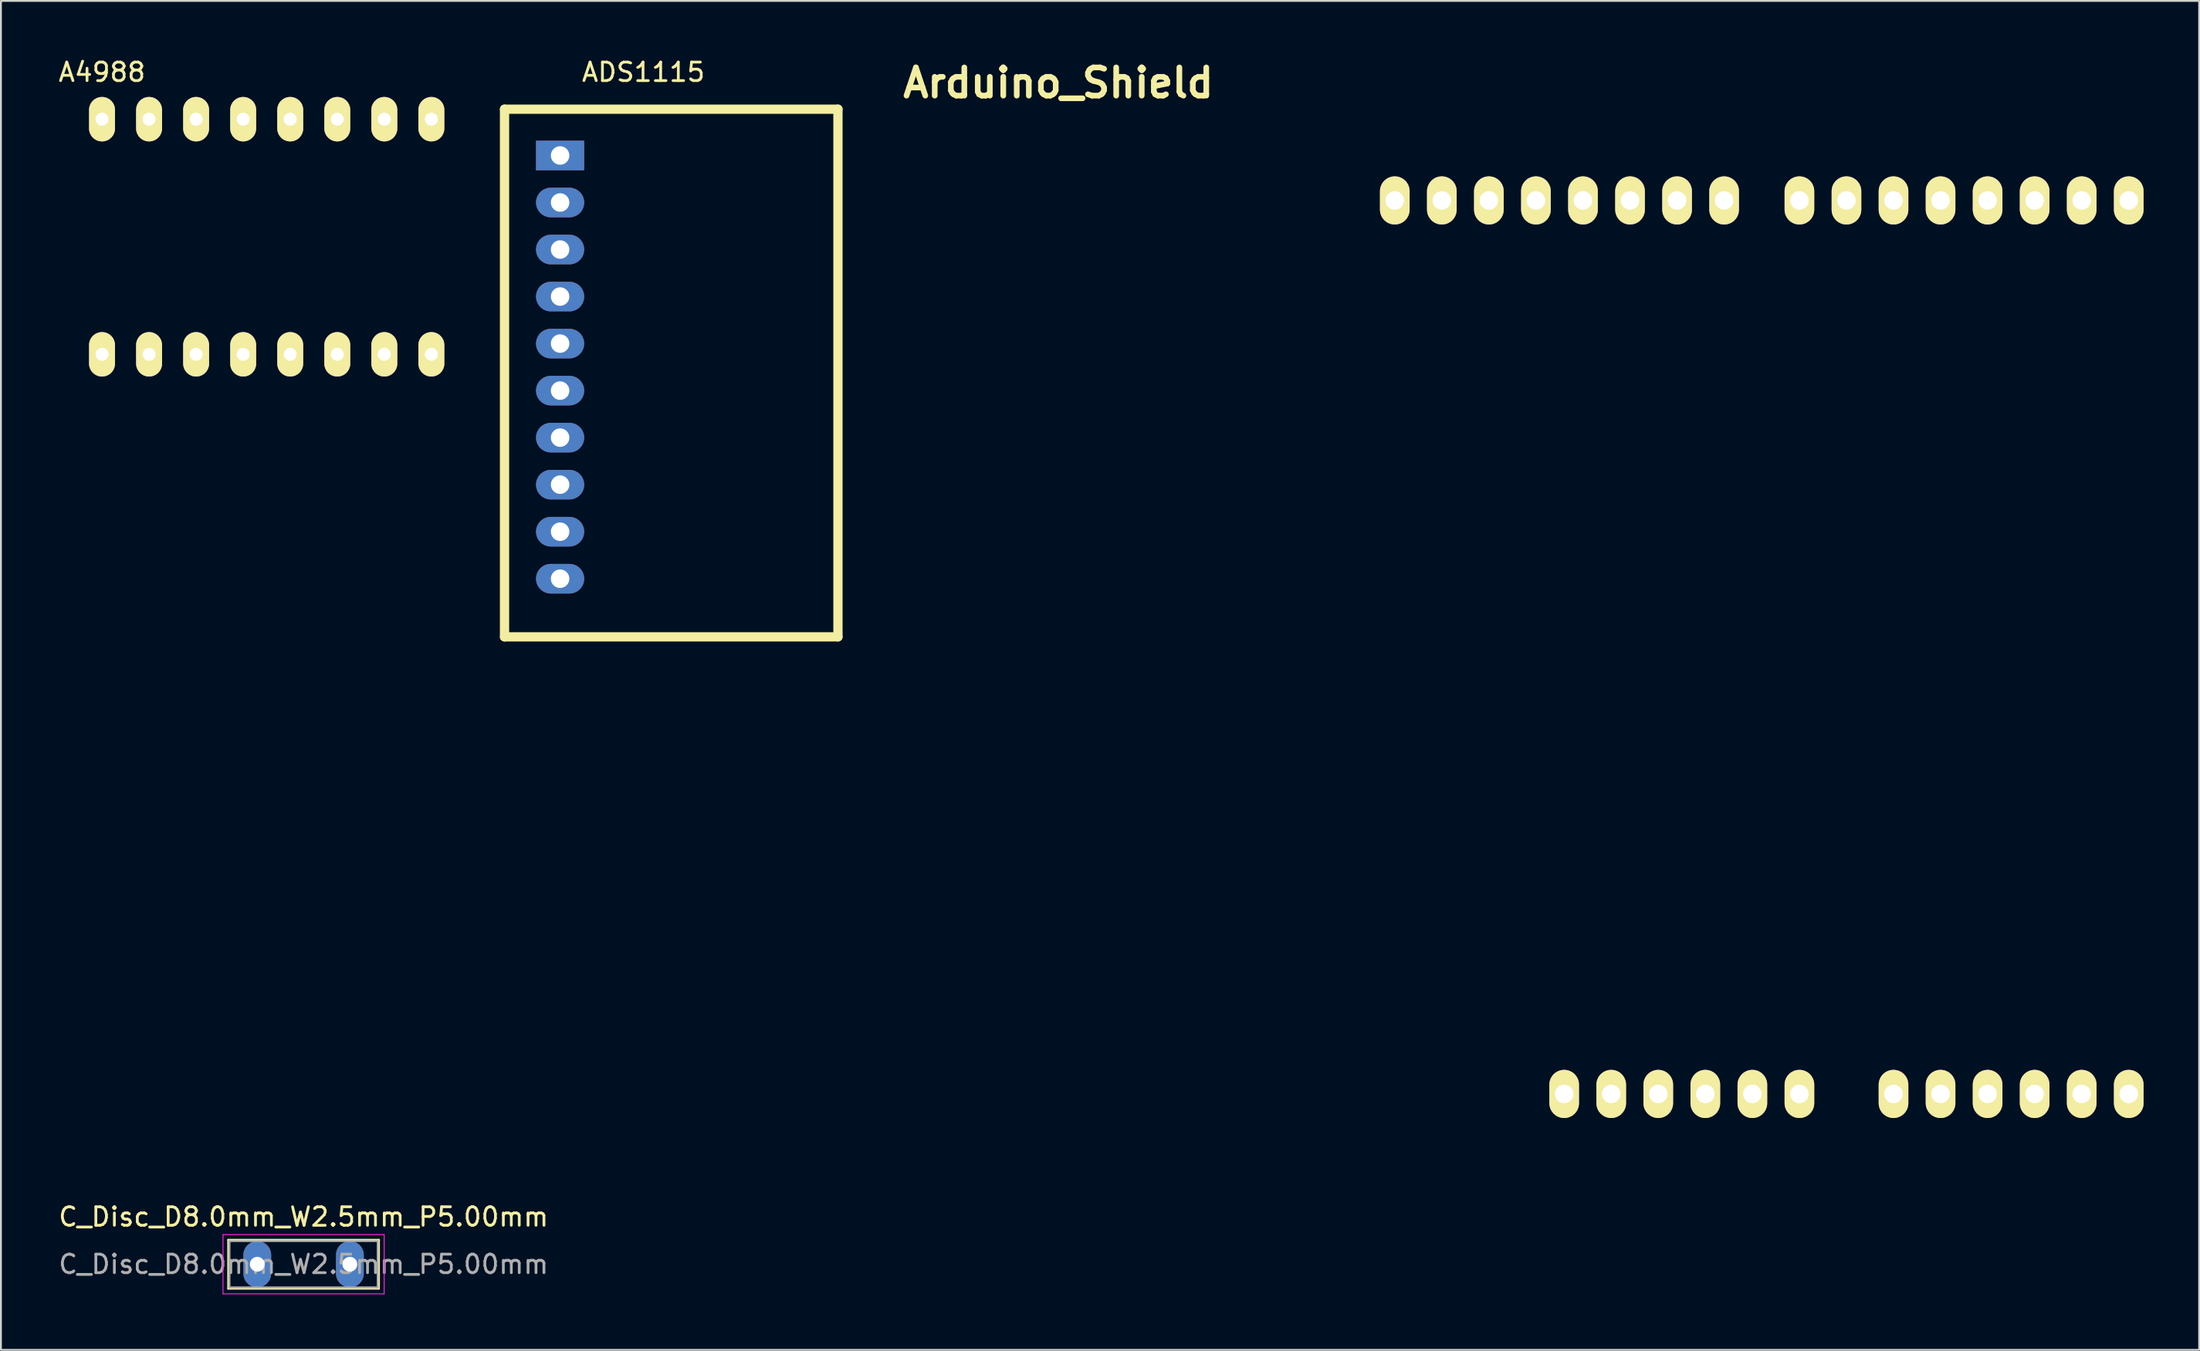
<source format=kicad_pcb>
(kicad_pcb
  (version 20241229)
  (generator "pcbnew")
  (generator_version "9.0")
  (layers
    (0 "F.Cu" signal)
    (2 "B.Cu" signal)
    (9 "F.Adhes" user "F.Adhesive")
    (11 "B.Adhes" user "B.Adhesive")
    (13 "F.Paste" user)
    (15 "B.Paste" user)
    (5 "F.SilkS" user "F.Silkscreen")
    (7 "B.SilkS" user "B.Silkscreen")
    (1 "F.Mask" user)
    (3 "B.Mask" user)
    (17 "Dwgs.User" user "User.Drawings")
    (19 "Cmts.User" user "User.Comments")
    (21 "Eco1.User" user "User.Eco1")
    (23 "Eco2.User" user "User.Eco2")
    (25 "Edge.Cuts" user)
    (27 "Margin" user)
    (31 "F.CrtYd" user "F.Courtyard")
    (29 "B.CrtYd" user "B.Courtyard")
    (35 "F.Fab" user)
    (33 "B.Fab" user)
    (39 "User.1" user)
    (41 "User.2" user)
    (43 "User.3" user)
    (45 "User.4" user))
  (footprint "ADS1115"
    (layer "F.Cu")
    (at 27.188 5.348)
    (property "Reference" "ADS1115" (at 4.5 -4.5 0) (layer "F.SilkS") (effects (font (size 1 1) (thickness 0.15))))
    (attr through_hole)
    (fp_line (start -3 -2.5) (end 15 -2.5) (stroke (width 0.5) (type solid)) (layer "F.SilkS"))
    (fp_line (start -3 26) (end -3 -2.5) (stroke (width 0.5) (type solid)) (layer "F.SilkS"))
    (fp_line (start 15 -2.5) (end 15 26) (stroke (width 0.5) (type solid)) (layer "F.SilkS"))
    (fp_line (start 15 26) (end -3 26) (stroke (width 0.5) (type solid)) (layer "F.SilkS"))
    (pad "1" thru_hole rect (at 0 0) (size 2.6 1.6) (drill 1) (layers "*.Cu" "*.Mask"))
    (pad "2" thru_hole oval (at 0 2.54) (size 2.6 1.6) (drill 1) (layers "*.Cu" "*.Mask"))
    (pad "3" thru_hole oval (at 0 5.08) (size 2.6 1.6) (drill 1) (layers "*.Cu" "*.Mask"))
    (pad "4" thru_hole oval (at 0 7.62) (size 2.6 1.6) (drill 1) (layers "*.Cu" "*.Mask"))
    (pad "5" thru_hole oval (at 0 10.16) (size 2.6 1.6) (drill 1) (layers "*.Cu" "*.Mask"))
    (pad "6" thru_hole oval (at 0 12.7) (size 2.6 1.6) (drill 1) (layers "*.Cu" "*.Mask"))
    (pad "7" thru_hole oval (at 0 15.24) (size 2.6 1.6) (drill 1) (layers "*.Cu" "*.Mask"))
    (pad "8" thru_hole oval (at 0 17.78) (size 2.6 1.6) (drill 1) (layers "*.Cu" "*.Mask"))
    (pad "9" thru_hole oval (at 0 20.32) (size 2.6 1.6) (drill 1) (layers "*.Cu" "*.Mask"))
    (pad "10" thru_hole oval (at 0 22.86) (size 2.6 1.6) (drill 1) (layers "*.Cu" "*.Mask")))
  (footprint "A4988"
    (layer "F.Cu")
    (at 2.458 16.088)
    (property "Reference" "A4988" (at 0 -15.24 0) (layer "F.SilkS") (effects (font (size 1 1) (thickness 0.15))))
    (attr through_hole)
    (pad "1" thru_hole oval (at 0 0) (size 1.4 2.4) (drill 0.7) (layers "*.Cu" "*.Mask" "F.SilkS"))
    (pad "2" thru_hole oval (at 2.54 0) (size 1.4 2.4) (drill 0.7) (layers "*.Cu" "*.Mask" "F.SilkS"))
    (pad "3" thru_hole oval (at 5.08 0) (size 1.4 2.4) (drill 0.7) (layers "*.Cu" "*.Mask" "F.SilkS"))
    (pad "4" thru_hole oval (at 7.62 0) (size 1.4 2.4) (drill 0.7) (layers "*.Cu" "*.Mask" "F.SilkS"))
    (pad "5" thru_hole oval (at 10.16 0) (size 1.4 2.4) (drill 0.7) (layers "*.Cu" "*.Mask" "F.SilkS"))
    (pad "6" thru_hole oval (at 12.7 0) (size 1.4 2.4) (drill 0.7) (layers "*.Cu" "*.Mask" "F.SilkS"))
    (pad "7" thru_hole oval (at 15.24 0) (size 1.4 2.4) (drill 0.7) (layers "*.Cu" "*.Mask" "F.SilkS"))
    (pad "8" thru_hole oval (at 17.78 0) (size 1.4 2.4) (drill 0.7) (layers "*.Cu" "*.Mask" "F.SilkS"))
    (pad "9" thru_hole oval (at 17.78 -12.7) (size 1.4 2.4) (drill 0.7) (layers "*.Cu" "*.Mask" "F.SilkS"))
    (pad "10" thru_hole oval (at 15.24 -12.7) (size 1.4 2.4) (drill 0.7) (layers "*.Cu" "*.Mask" "F.SilkS"))
    (pad "11" thru_hole oval (at 12.7 -12.7) (size 1.4 2.4) (drill 0.7) (layers "*.Cu" "*.Mask" "F.SilkS"))
    (pad "12" thru_hole oval (at 10.16 -12.7) (size 1.4 2.4) (drill 0.7) (layers "*.Cu" "*.Mask" "F.SilkS"))
    (pad "13" thru_hole oval (at 7.62 -12.7) (size 1.4 2.4) (drill 0.7) (layers "*.Cu" "*.Mask" "F.SilkS"))
    (pad "14" thru_hole oval (at 5.08 -12.7) (size 1.4 2.4) (drill 0.7) (layers "*.Cu" "*.Mask" "F.SilkS"))
    (pad "15" thru_hole oval (at 2.54 -12.7) (size 1.4 2.4) (drill 0.7) (layers "*.Cu" "*.Mask" "F.SilkS"))
    (pad "16" thru_hole oval (at 0 -12.7) (size 1.4 2.4) (drill 0.7) (layers "*.Cu" "*.Mask" "F.SilkS")))
  (footprint "Arduino_Shield"
    (layer "F.Cu")
    (at 48.374 58.576)
    (property "Reference" "Arduino_Shield" (at 5.715 -57.15 0) (layer "F.SilkS") (effects (font (size 1.524 1.524) (thickness 0.305))))
    (attr through_hole)
    (pad "1" thru_hole oval (at 63.5 -50.8 90) (size 2.6 1.6) (drill 1) (layers "*.Cu" "*.Mask" "F.SilkS"))
    (pad "2" thru_hole oval (at 60.96 -50.8 90) (size 2.6 1.6) (drill 1) (layers "*.Cu" "*.Mask" "F.SilkS"))
    (pad "3" thru_hole oval (at 58.42 -50.8 90) (size 2.6 1.6) (drill 1) (layers "*.Cu" "*.Mask" "F.SilkS"))
    (pad "4" thru_hole oval (at 55.88 -50.8 90) (size 2.6 1.6) (drill 1) (layers "*.Cu" "*.Mask" "F.SilkS"))
    (pad "5" thru_hole oval (at 53.34 -50.8 90) (size 2.6 1.6) (drill 1) (layers "*.Cu" "*.Mask" "F.SilkS"))
    (pad "6" thru_hole oval (at 50.8 -50.8 90) (size 2.6 1.6) (drill 1) (layers "*.Cu" "*.Mask" "F.SilkS"))
    (pad "7" thru_hole oval (at 48.26 -50.8 90) (size 2.6 1.6) (drill 1) (layers "*.Cu" "*.Mask" "F.SilkS"))
    (pad "8" thru_hole oval (at 45.72 -50.8 90) (size 2.6 1.6) (drill 1) (layers "*.Cu" "*.Mask" "F.SilkS"))
    (pad "9" thru_hole oval (at 41.656 -50.8 90) (size 2.6 1.6) (drill 1) (layers "*.Cu" "*.Mask" "F.SilkS"))
    (pad "10" thru_hole oval (at 39.116 -50.8 90) (size 2.6 1.6) (drill 1) (layers "*.Cu" "*.Mask" "F.SilkS"))
    (pad "11" thru_hole oval (at 36.576 -50.8 90) (size 2.6 1.6) (drill 1) (layers "*.Cu" "*.Mask" "F.SilkS"))
    (pad "12" thru_hole oval (at 34.036 -50.8 90) (size 2.6 1.6) (drill 1) (layers "*.Cu" "*.Mask" "F.SilkS"))
    (pad "13" thru_hole oval (at 31.496 -50.8 90) (size 2.6 1.6) (drill 1) (layers "*.Cu" "*.Mask" "F.SilkS"))
    (pad "14" thru_hole oval (at 28.956 -50.8 90) (size 2.6 1.6) (drill 1) (layers "*.Cu" "*.Mask" "F.SilkS"))
    (pad "15" thru_hole oval (at 26.416 -50.8 90) (size 2.6 1.6) (drill 1) (layers "*.Cu" "*.Mask" "F.SilkS"))
    (pad "16" thru_hole oval (at 23.876 -50.8 90) (size 2.6 1.6) (drill 1) (layers "*.Cu" "*.Mask" "F.SilkS"))
    (pad "17" thru_hole oval (at 63.5 -2.54 90) (size 2.6 1.6) (drill 1) (layers "*.Cu" "*.Mask" "F.SilkS"))
    (pad "18" thru_hole oval (at 60.96 -2.54 90) (size 2.6 1.6) (drill 1) (layers "*.Cu" "*.Mask" "F.SilkS"))
    (pad "19" thru_hole oval (at 58.42 -2.54 90) (size 2.6 1.6) (drill 1) (layers "*.Cu" "*.Mask" "F.SilkS"))
    (pad "20" thru_hole oval (at 55.88 -2.54 90) (size 2.6 1.6) (drill 1) (layers "*.Cu" "*.Mask" "F.SilkS"))
    (pad "21" thru_hole oval (at 53.34 -2.54 90) (size 2.6 1.6) (drill 1) (layers "*.Cu" "*.Mask" "F.SilkS"))
    (pad "22" thru_hole oval (at 50.8 -2.54 90) (size 2.6 1.6) (drill 1) (layers "*.Cu" "*.Mask" "F.SilkS"))
    (pad "23" thru_hole oval (at 45.72 -2.54 90) (size 2.6 1.6) (drill 1) (layers "*.Cu" "*.Mask" "F.SilkS"))
    (pad "24" thru_hole oval (at 43.18 -2.54 90) (size 2.6 1.6) (drill 1) (layers "*.Cu" "*.Mask" "F.SilkS"))
    (pad "25" thru_hole oval (at 40.64 -2.54 90) (size 2.6 1.6) (drill 1) (layers "*.Cu" "*.Mask" "F.SilkS"))
    (pad "26" thru_hole oval (at 38.1 -2.54 90) (size 2.6 1.6) (drill 1) (layers "*.Cu" "*.Mask" "F.SilkS"))
    (pad "27" thru_hole oval (at 35.56 -2.54 90) (size 2.6 1.6) (drill 1) (layers "*.Cu" "*.Mask" "F.SilkS"))
    (pad "28" thru_hole oval (at 33.02 -2.54 90) (size 2.6 1.6) (drill 1) (layers "*.Cu" "*.Mask" "F.SilkS")))
  (footprint "C_Disc_D8.0mm_W2.5mm_P5.00mm"
    (layer "F.Cu")
    (at 10.839 65.235)
    (property "Reference" "C_Disc_D8.0mm_W2.5mm_P5.00mm" (at 2.5 -2.56 0) (layer "F.SilkS") (effects (font (size 1 1) (thickness 0.15))))
    (attr through_hole)
    (fp_line (start -1.56 -1.31) (end -1.56 1.31) (stroke (width 0.12) (type solid)) (layer "F.SilkS"))
    (fp_line (start -1.56 -1.31) (end 6.56 -1.31) (stroke (width 0.12) (type solid)) (layer "F.SilkS"))
    (fp_line (start -1.56 1.31) (end 6.56 1.31) (stroke (width 0.12) (type solid)) (layer "F.SilkS"))
    (fp_line (start 6.56 -1.31) (end 6.56 1.31) (stroke (width 0.12) (type solid)) (layer "F.SilkS"))
    (fp_line (start -1.85 -1.6) (end -1.85 1.6) (stroke (width 0.05) (type solid)) (layer "F.CrtYd"))
    (fp_line (start -1.85 1.6) (end 6.85 1.6) (stroke (width 0.05) (type solid)) (layer "F.CrtYd"))
    (fp_line (start 6.85 -1.6) (end -1.85 -1.6) (stroke (width 0.05) (type solid)) (layer "F.CrtYd"))
    (fp_line (start 6.85 1.6) (end 6.85 -1.6) (stroke (width 0.05) (type solid)) (layer "F.CrtYd"))
    (fp_line (start -1.5 -1.25) (end -1.5 1.25) (stroke (width 0.1) (type solid)) (layer "F.Fab"))
    (fp_line (start -1.5 1.25) (end 6.5 1.25) (stroke (width 0.1) (type solid)) (layer "F.Fab"))
    (fp_line (start 6.5 -1.25) (end -1.5 -1.25) (stroke (width 0.1) (type solid)) (layer "F.Fab"))
    (fp_line (start 6.5 1.25) (end 6.5 -1.25) (stroke (width 0.1) (type solid)) (layer "F.Fab"))
    (fp_text user "${REFERENCE}" (at 2.5 0 0) (layer "F.Fab") (effects (font (size 1 1) (thickness 0.15))))
    (pad "1" thru_hole oval (at 0 0) (size 1.5 2.5) (drill 0.8) (layers "*.Cu" "*.Mask"))
    (pad "2" thru_hole oval (at 5 0) (size 1.5 2.5) (drill 0.8) (layers "*.Cu" "*.Mask")))
  (gr_rect
    (start -3 -3)
    (end 115.674 69.86)
    (stroke (width 0.1) (type default))
    (fill no)
    (layer "Edge.Cuts")))
</source>
